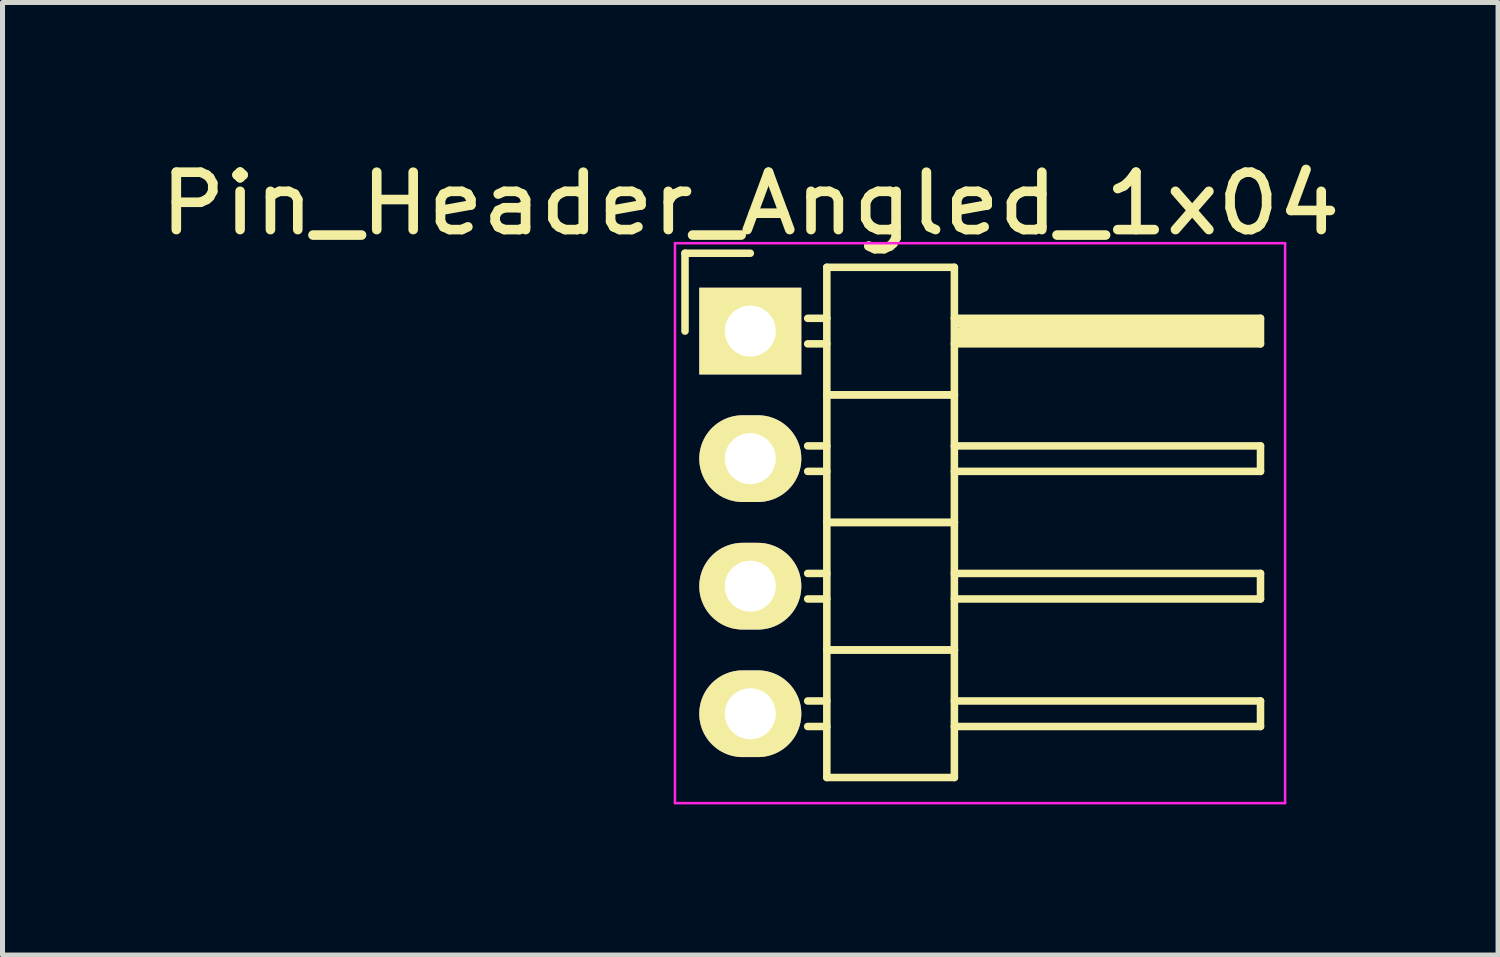
<source format=kicad_pcb>
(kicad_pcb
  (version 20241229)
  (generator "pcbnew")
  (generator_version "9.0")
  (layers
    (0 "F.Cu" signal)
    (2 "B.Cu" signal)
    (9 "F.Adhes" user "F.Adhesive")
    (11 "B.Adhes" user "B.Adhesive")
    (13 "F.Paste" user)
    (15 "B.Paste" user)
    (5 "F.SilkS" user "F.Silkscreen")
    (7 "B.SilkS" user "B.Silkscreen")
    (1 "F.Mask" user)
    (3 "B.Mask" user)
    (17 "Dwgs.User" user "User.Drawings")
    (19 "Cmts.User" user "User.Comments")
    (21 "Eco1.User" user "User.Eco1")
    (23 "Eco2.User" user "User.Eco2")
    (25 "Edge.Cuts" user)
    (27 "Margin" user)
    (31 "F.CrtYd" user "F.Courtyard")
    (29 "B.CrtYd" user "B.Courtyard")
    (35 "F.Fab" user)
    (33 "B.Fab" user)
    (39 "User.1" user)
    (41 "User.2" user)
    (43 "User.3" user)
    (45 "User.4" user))
  (footprint "Pin_Header_Angled_1x04"
    (layer "F.Cu")
    (at 11.891 3.543)
    (property "Reference" "Pin_Header_Angled_1x04" (at 0 -2.54 180) (layer "F.SilkS") (effects (font (size 1.143 1.27) (thickness 0.191))))
    (attr through_hole)
    (fp_line (start -1.3 -1.55) (end -1.3 0) (stroke (width 0.15) (type solid)) (layer "F.SilkS"))
    (fp_line (start 0 -1.55) (end -1.3 -1.55) (stroke (width 0.15) (type solid)) (layer "F.SilkS"))
    (fp_line (start 1.524 -1.27) (end 1.524 1.27) (stroke (width 0.15) (type solid)) (layer "F.SilkS"))
    (fp_line (start 1.524 -1.27) (end 4.064 -1.27) (stroke (width 0.15) (type solid)) (layer "F.SilkS"))
    (fp_line (start 1.524 -0.254) (end 1.143 -0.254) (stroke (width 0.15) (type solid)) (layer "F.SilkS"))
    (fp_line (start 1.524 0.254) (end 1.143 0.254) (stroke (width 0.15) (type solid)) (layer "F.SilkS"))
    (fp_line (start 1.524 1.27) (end 1.524 3.81) (stroke (width 0.15) (type solid)) (layer "F.SilkS"))
    (fp_line (start 1.524 1.27) (end 4.064 1.27) (stroke (width 0.15) (type solid)) (layer "F.SilkS"))
    (fp_line (start 1.524 1.27) (end 4.064 1.27) (stroke (width 0.15) (type solid)) (layer "F.SilkS"))
    (fp_line (start 1.524 2.286) (end 1.143 2.286) (stroke (width 0.15) (type solid)) (layer "F.SilkS"))
    (fp_line (start 1.524 2.794) (end 1.143 2.794) (stroke (width 0.15) (type solid)) (layer "F.SilkS"))
    (fp_line (start 1.524 3.81) (end 1.524 6.35) (stroke (width 0.15) (type solid)) (layer "F.SilkS"))
    (fp_line (start 1.524 3.81) (end 4.064 3.81) (stroke (width 0.15) (type solid)) (layer "F.SilkS"))
    (fp_line (start 1.524 3.81) (end 4.064 3.81) (stroke (width 0.15) (type solid)) (layer "F.SilkS"))
    (fp_line (start 1.524 4.826) (end 1.143 4.826) (stroke (width 0.15) (type solid)) (layer "F.SilkS"))
    (fp_line (start 1.524 5.334) (end 1.143 5.334) (stroke (width 0.15) (type solid)) (layer "F.SilkS"))
    (fp_line (start 1.524 6.35) (end 1.524 8.89) (stroke (width 0.15) (type solid)) (layer "F.SilkS"))
    (fp_line (start 1.524 6.35) (end 4.064 6.35) (stroke (width 0.15) (type solid)) (layer "F.SilkS"))
    (fp_line (start 1.524 6.35) (end 4.064 6.35) (stroke (width 0.15) (type solid)) (layer "F.SilkS"))
    (fp_line (start 1.524 7.366) (end 1.143 7.366) (stroke (width 0.15) (type solid)) (layer "F.SilkS"))
    (fp_line (start 1.524 7.874) (end 1.143 7.874) (stroke (width 0.15) (type solid)) (layer "F.SilkS"))
    (fp_line (start 1.524 8.89) (end 4.064 8.89) (stroke (width 0.15) (type solid)) (layer "F.SilkS"))
    (fp_line (start 4.064 -0.254) (end 10.16 -0.254) (stroke (width 0.15) (type solid)) (layer "F.SilkS"))
    (fp_line (start 4.064 1.27) (end 4.064 -1.27) (stroke (width 0.15) (type solid)) (layer "F.SilkS"))
    (fp_line (start 4.064 2.286) (end 10.16 2.286) (stroke (width 0.15) (type solid)) (layer "F.SilkS"))
    (fp_line (start 4.064 3.81) (end 4.064 1.27) (stroke (width 0.15) (type solid)) (layer "F.SilkS"))
    (fp_line (start 4.064 4.826) (end 10.16 4.826) (stroke (width 0.15) (type solid)) (layer "F.SilkS"))
    (fp_line (start 4.064 6.35) (end 4.064 3.81) (stroke (width 0.15) (type solid)) (layer "F.SilkS"))
    (fp_line (start 4.064 7.366) (end 10.16 7.366) (stroke (width 0.15) (type solid)) (layer "F.SilkS"))
    (fp_line (start 4.064 8.89) (end 4.064 6.35) (stroke (width 0.15) (type solid)) (layer "F.SilkS"))
    (fp_line (start 4.191 -0.127) (end 10.033 -0.127) (stroke (width 0.15) (type solid)) (layer "F.SilkS"))
    (fp_line (start 4.191 0) (end 10.033 0) (stroke (width 0.15) (type solid)) (layer "F.SilkS"))
    (fp_line (start 4.191 0.127) (end 4.191 0) (stroke (width 0.15) (type solid)) (layer "F.SilkS"))
    (fp_line (start 10.033 -0.127) (end 10.033 0.127) (stroke (width 0.15) (type solid)) (layer "F.SilkS"))
    (fp_line (start 10.033 0.127) (end 4.191 0.127) (stroke (width 0.15) (type solid)) (layer "F.SilkS"))
    (fp_line (start 10.16 -0.254) (end 10.16 0.254) (stroke (width 0.15) (type solid)) (layer "F.SilkS"))
    (fp_line (start 10.16 0.254) (end 4.064 0.254) (stroke (width 0.15) (type solid)) (layer "F.SilkS"))
    (fp_line (start 10.16 2.286) (end 10.16 2.794) (stroke (width 0.15) (type solid)) (layer "F.SilkS"))
    (fp_line (start 10.16 2.794) (end 4.064 2.794) (stroke (width 0.15) (type solid)) (layer "F.SilkS"))
    (fp_line (start 10.16 4.826) (end 10.16 5.334) (stroke (width 0.15) (type solid)) (layer "F.SilkS"))
    (fp_line (start 10.16 5.334) (end 4.064 5.334) (stroke (width 0.15) (type solid)) (layer "F.SilkS"))
    (fp_line (start 10.16 7.366) (end 10.16 7.874) (stroke (width 0.15) (type solid)) (layer "F.SilkS"))
    (fp_line (start 10.16 7.874) (end 4.064 7.874) (stroke (width 0.15) (type solid)) (layer "F.SilkS"))
    (fp_line (start -1.5 -1.75) (end -1.5 9.4) (stroke (width 0.05) (type solid)) (layer "F.CrtYd"))
    (fp_line (start -1.5 -1.75) (end 10.65 -1.75) (stroke (width 0.05) (type solid)) (layer "F.CrtYd"))
    (fp_line (start -1.5 9.4) (end 10.65 9.4) (stroke (width 0.05) (type solid)) (layer "F.CrtYd"))
    (fp_line (start 10.65 -1.75) (end 10.65 9.4) (stroke (width 0.05) (type solid)) (layer "F.CrtYd"))
    (pad "1" thru_hole rect (at 0 0) (size 2.032 1.727) (drill 1.016) (layers "*.Cu" "*.Mask" "F.SilkS"))
    (pad "2" thru_hole oval (at 0 2.54) (size 2.032 1.727) (drill 1.016) (layers "*.Cu" "*.Mask" "F.SilkS"))
    (pad "3" thru_hole oval (at 0 5.08) (size 2.032 1.727) (drill 1.016) (layers "*.Cu" "*.Mask" "F.SilkS"))
    (pad "4" thru_hole oval (at 0 7.62) (size 2.032 1.727) (drill 1.016) (layers "*.Cu" "*.Mask" "F.SilkS")))
  (gr_rect
    (start -3 -3)
    (end 26.782 15.968)
    (stroke (width 0.1) (type default))
    (fill no)
    (layer "Edge.Cuts")))
</source>
